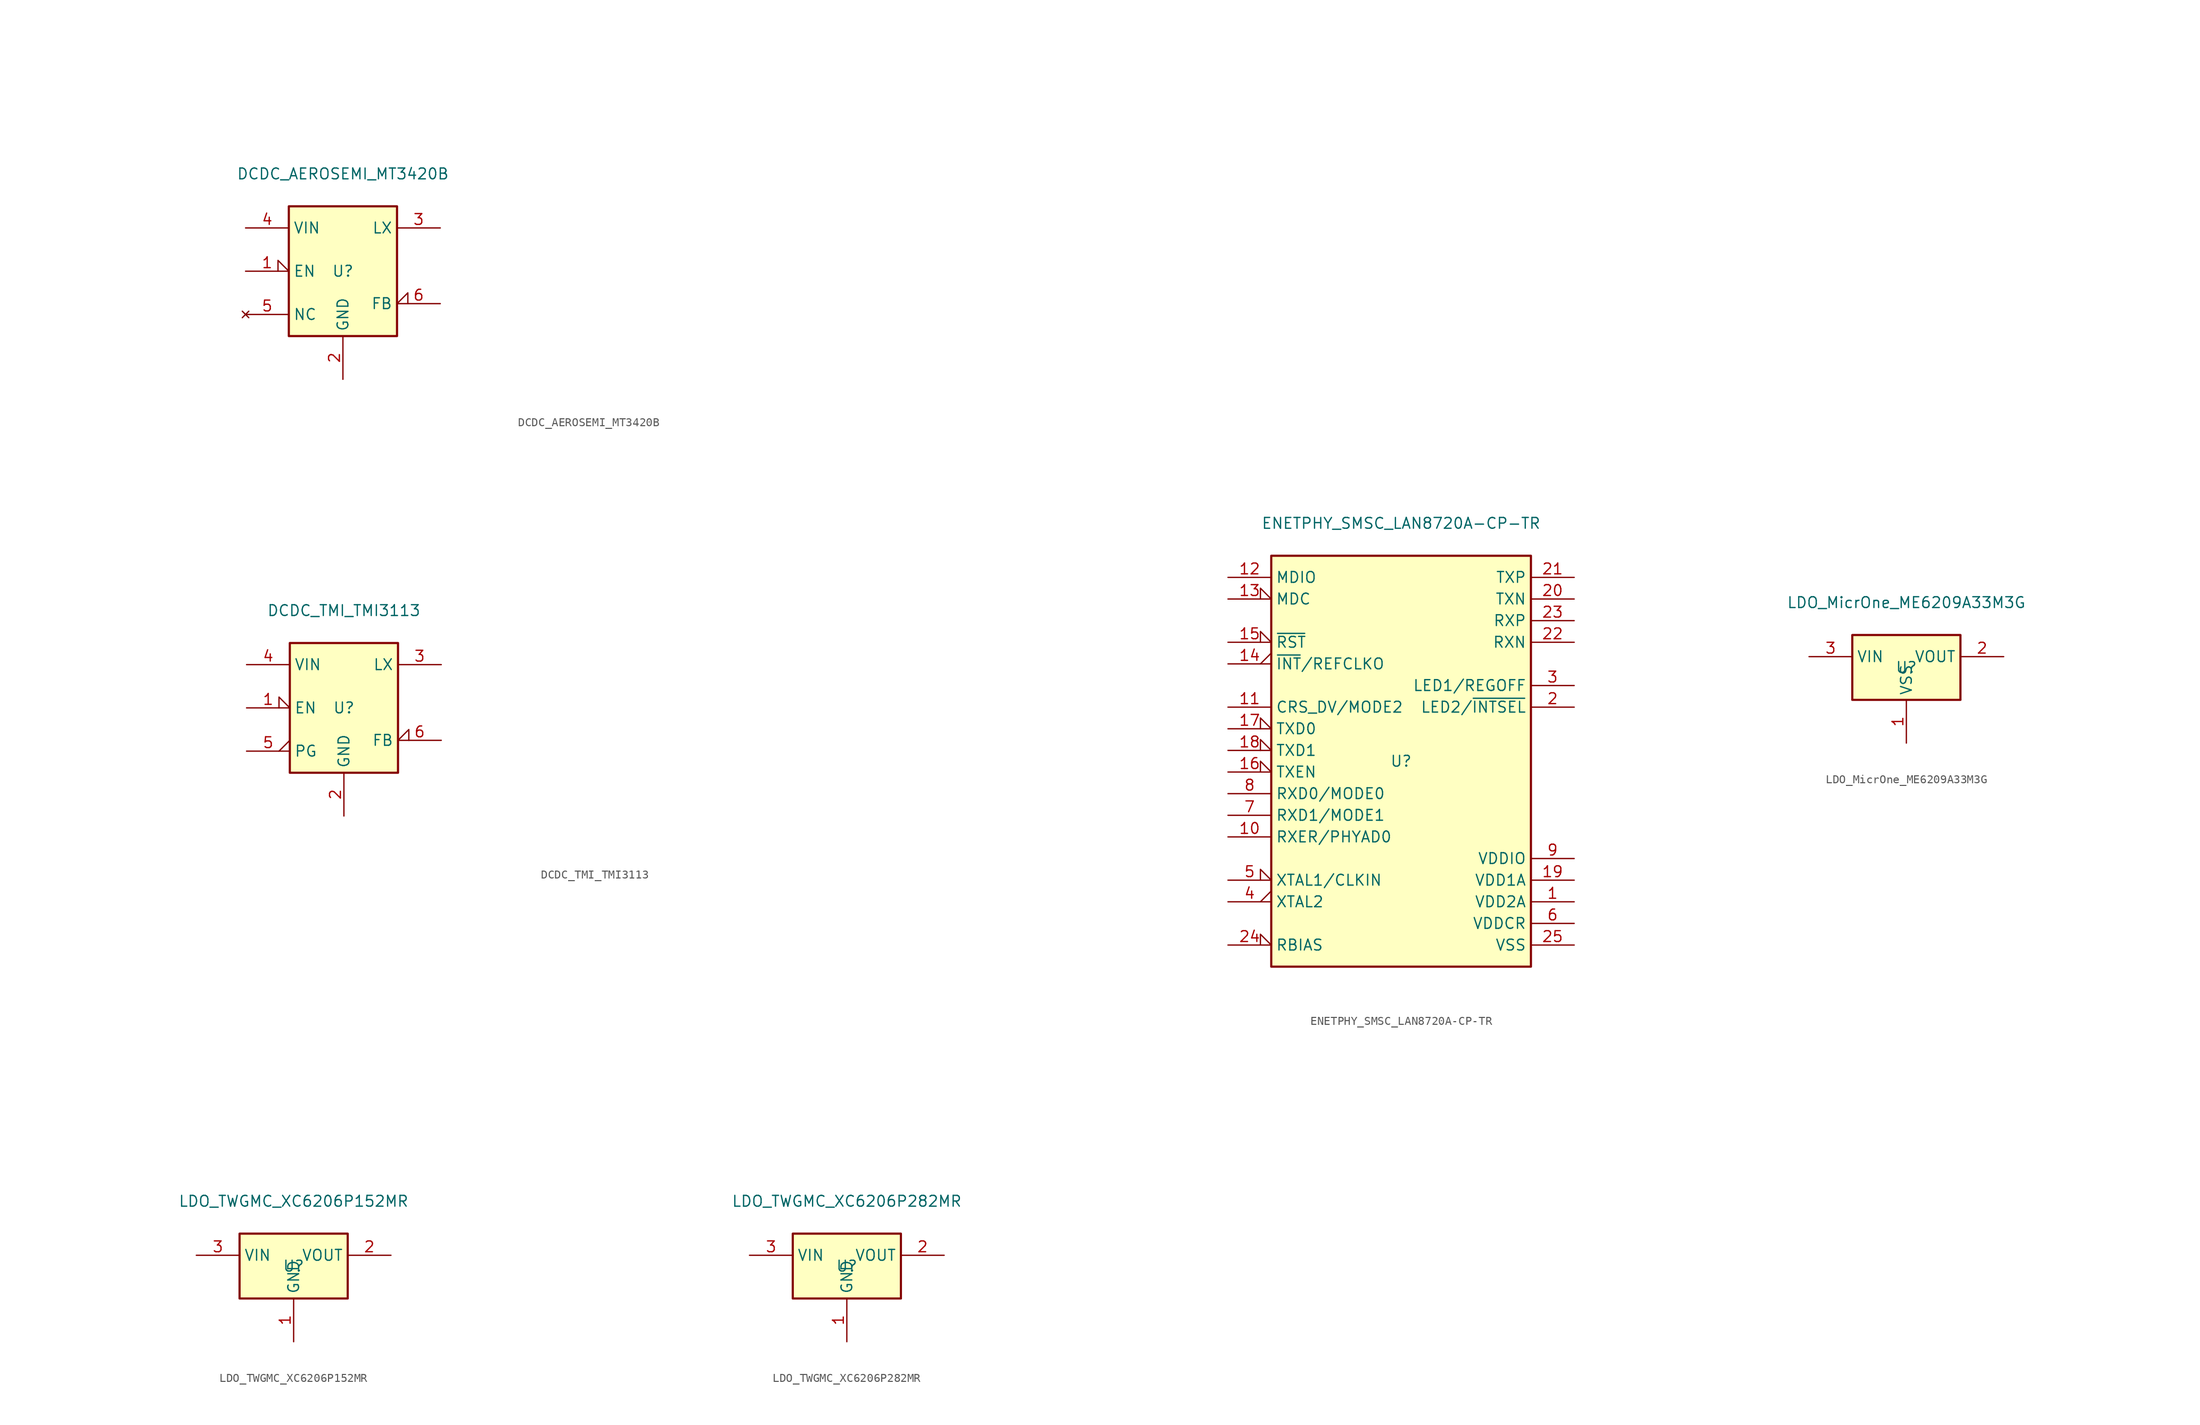
<source format=kicad_sym>
(kicad_symbol_lib
  (version 20231120)
  (generator "kicad_symbol_editor")
  (generator_version "8.0")
  (symbol "DCDC_AEROSEMI_MT3420B"
    (property "Reference" "U"
      (at 0 0 0)
      (effects (font (size 1.27 1.27))))
    (property "Value" "DCDC_AEROSEMI_MT3420B"
      (at 0 11.43 0)
      (effects (font (size 1.27 1.27))))
    (symbol "DCDC_AEROSEMI_MT3420B_1_0"
      (text_box private "MT3420B is a 1.5MHz constant frequency, current mode step-down converter. It can supply up to 2A output load current from a 2.3V to 6V input voltage. MT3420B offers two operation modes, PWM control and PFM." (at -25.4 24.13 0) (size 50.8 -11.43) (stroke (width 0) (type default)) (fill (type none)) (effects (font (size 1.27 1.27)) (justify left top))))
    (symbol "DCDC_AEROSEMI_MT3420B_1_1"
      (rectangle (start -6.35 7.62) (end 6.35 -7.62) (stroke (width 0.254) (type default)) (fill (type background)))
      (text private "EN:\n	Chip Enable Pin.\n	> 1.5V to turn on the chip. Do not leave EN floating." (at 25.4 -3.81 0) (effects (font (size 1.27 1.27)) (justify left)))
      (pin input input_low (at -11.43 0 0) (length 5.08) (name "EN" (effects (font (size 1.27 1.27)))) (number "1" (effects (font (size 1.27 1.27)))))
      (pin power_in line (at 0 -12.7 90) (length 5.08) (name "GND" (effects (font (size 1.27 1.27)))) (number "2" (effects (font (size 1.27 1.27)))))
      (pin power_out line (at 11.43 5.08 180) (length 5.08) (name "LX" (effects (font (size 1.27 1.27)))) (number "3" (effects (font (size 1.27 1.27)))))
      (pin power_in line (at -11.43 5.08 0) (length 5.08) (name "VIN" (effects (font (size 1.27 1.27)))) (number "4" (effects (font (size 1.27 1.27)))))
      (pin no_connect line (at -11.43 -5.08 0) (length 5.08) (name "NC" (effects (font (size 1.27 1.27)))) (number "5" (effects (font (size 1.27 1.27)))))
      (pin input input_low (at 11.43 -3.81 180) (length 5.08) (name "FB" (effects (font (size 1.27 1.27)))) (number "6" (effects (font (size 1.27 1.27)))))))
  (symbol "DCDC_TMI_TMI3113"
    (property "Reference" "U"
      (at 0 0 0)
      (effects (font (size 1.27 1.27))))
    (property "Value" "DCDC_TMI_TMI3113"
      (at 0 11.43 0)
      (effects (font (size 1.27 1.27))))
    (symbol "DCDC_TMI_TMI3113_1_0"
      (text_box private "TMI3113 is a 1.0MHz constant frequency, current mode step-down converter. It can supply up to 2.5A output load current from a 2.7V to 5.5V input voltage. TMI3113 offers two operation modes, PWM control and PFM." (at -25.4 24.13 0) (size 50.8 -11.43) (stroke (width 0) (type default)) (fill (type none)) (effects (font (size 1.27 1.27)) (justify left top))))
    (symbol "DCDC_TMI_TMI3113_1_1"
      (rectangle (start -6.35 7.62) (end 6.35 -7.62) (stroke (width 0.254) (type default)) (fill (type background)))
      (text private "EN:\n	Chip Enable Pin.\n	> 1.5V to turn on the chip. Do not leave EN floating.\nPG:\n	Power Good Indicator Pin.\n	Low if output voltage < 90% of the regulation voltage,\n	high otherwise." (at 25.4 -7.62 0) (effects (font (size 1.27 1.27)) (justify left)))
      (pin input input_low (at -11.43 0 0) (length 5.08) (name "EN" (effects (font (size 1.27 1.27)))) (number "1" (effects (font (size 1.27 1.27)))))
      (pin power_in line (at 0 -12.7 90) (length 5.08) (name "GND" (effects (font (size 1.27 1.27)))) (number "2" (effects (font (size 1.27 1.27)))))
      (pin power_out line (at 11.43 5.08 180) (length 5.08) (name "LX" (effects (font (size 1.27 1.27)))) (number "3" (effects (font (size 1.27 1.27)))))
      (pin power_in line (at -11.43 5.08 0) (length 5.08) (name "VIN" (effects (font (size 1.27 1.27)))) (number "4" (effects (font (size 1.27 1.27)))))
      (pin output output_low (at -11.43 -5.08 0) (length 5.08) (name "PG" (effects (font (size 1.27 1.27)))) (number "5" (effects (font (size 1.27 1.27)))))
      (pin input input_low (at 11.43 -3.81 180) (length 5.08) (name "FB" (effects (font (size 1.27 1.27)))) (number "6" (effects (font (size 1.27 1.27)))))))
  (symbol "ENETPHY_SMSC_LAN8720A-CP-TR"
    (property "Reference" "U"
      (at 0 0 0)
      (effects (font (size 1.27 1.27))))
    (property "Value" "ENETPHY_SMSC_LAN8720A-CP-TR"
      (at 0 27.94 0)
      (effects (font (size 1.27 1.27))))
    (symbol "ENETPHY_SMSC_LAN8720A-CP-TR_1_1"
      (rectangle (start -15.24 24.13) (end 15.24 -24.13) (stroke (width 0.254) (type default)) (fill (type background)))
      (pin power_in line (at 20.32 -16.51 180) (length 5.08) (name "VDD2A" (effects (font (size 1.27 1.27)))) (number "1" (effects (font (size 1.27 1.27)))))
      (pin bidirectional line (at -20.32 -8.89 0) (length 5.08) (name "RXER/PHYAD0" (effects (font (size 1.27 1.27)))) (number "10" (effects (font (size 1.27 1.27)))))
      (pin bidirectional line (at -20.32 6.35 0) (length 5.08) (name "CRS_DV/MODE2" (effects (font (size 1.27 1.27)))) (number "11" (effects (font (size 1.27 1.27)))))
      (pin bidirectional line (at -20.32 21.59 0) (length 5.08) (name "MDIO" (effects (font (size 1.27 1.27)))) (number "12" (effects (font (size 1.27 1.27)))))
      (pin input input_low (at -20.32 19.05 0) (length 5.08) (name "MDC" (effects (font (size 1.27 1.27)))) (number "13" (effects (font (size 1.27 1.27)))))
      (pin output output_low (at -20.32 11.43 0) (length 5.08) (name "~{INT}/REFCLKO" (effects (font (size 1.27 1.27)))) (number "14" (effects (font (size 1.27 1.27)))))
      (pin input input_low (at -20.32 13.97 0) (length 5.08) (name "~{RST}" (effects (font (size 1.27 1.27)))) (number "15" (effects (font (size 1.27 1.27)))))
      (pin input input_low (at -20.32 -1.27 0) (length 5.08) (name "TXEN" (effects (font (size 1.27 1.27)))) (number "16" (effects (font (size 1.27 1.27)))))
      (pin input input_low (at -20.32 3.81 0) (length 5.08) (name "TXD0" (effects (font (size 1.27 1.27)))) (number "17" (effects (font (size 1.27 1.27)))))
      (pin input input_low (at -20.32 1.27 0) (length 5.08) (name "TXD1" (effects (font (size 1.27 1.27)))) (number "18" (effects (font (size 1.27 1.27)))))
      (pin power_in line (at 20.32 -13.97 180) (length 5.08) (name "VDD1A" (effects (font (size 1.27 1.27)))) (number "19" (effects (font (size 1.27 1.27)))))
      (pin bidirectional line (at 20.32 6.35 180) (length 5.08) (name "LED2/~{INTSEL}" (effects (font (size 1.27 1.27)))) (number "2" (effects (font (size 1.27 1.27)))))
      (pin bidirectional line (at 20.32 19.05 180) (length 5.08) (name "TXN" (effects (font (size 1.27 1.27)))) (number "20" (effects (font (size 1.27 1.27)))))
      (pin bidirectional line (at 20.32 21.59 180) (length 5.08) (name "TXP" (effects (font (size 1.27 1.27)))) (number "21" (effects (font (size 1.27 1.27)))))
      (pin bidirectional line (at 20.32 13.97 180) (length 5.08) (name "RXN" (effects (font (size 1.27 1.27)))) (number "22" (effects (font (size 1.27 1.27)))))
      (pin bidirectional line (at 20.32 16.51 180) (length 5.08) (name "RXP" (effects (font (size 1.27 1.27)))) (number "23" (effects (font (size 1.27 1.27)))))
      (pin input input_low (at -20.32 -21.59 0) (length 5.08) (name "RBIAS" (effects (font (size 1.27 1.27)))) (number "24" (effects (font (size 1.27 1.27)))))
      (pin power_in line (at 20.32 -21.59 180) (length 5.08) (name "VSS" (effects (font (size 1.27 1.27)))) (number "25" (effects (font (size 1.27 1.27)))))
      (pin bidirectional line (at 20.32 8.89 180) (length 5.08) (name "LED1/REGOFF" (effects (font (size 1.27 1.27)))) (number "3" (effects (font (size 1.27 1.27)))))
      (pin output output_low (at -20.32 -16.51 0) (length 5.08) (name "XTAL2" (effects (font (size 1.27 1.27)))) (number "4" (effects (font (size 1.27 1.27)))))
      (pin input input_low (at -20.32 -13.97 0) (length 5.08) (name "XTAL1/CLKIN" (effects (font (size 1.27 1.27)))) (number "5" (effects (font (size 1.27 1.27)))))
      (pin power_out line (at 20.32 -19.05 180) (length 5.08) (name "VDDCR" (effects (font (size 1.27 1.27)))) (number "6" (effects (font (size 1.27 1.27)))))
      (pin bidirectional line (at -20.32 -6.35 0) (length 5.08) (name "RXD1/MODE1" (effects (font (size 1.27 1.27)))) (number "7" (effects (font (size 1.27 1.27)))))
      (pin bidirectional line (at -20.32 -3.81 0) (length 5.08) (name "RXD0/MODE0" (effects (font (size 1.27 1.27)))) (number "8" (effects (font (size 1.27 1.27)))))
      (pin power_in line (at 20.32 -11.43 180) (length 5.08) (name "VDDIO" (effects (font (size 1.27 1.27)))) (number "9" (effects (font (size 1.27 1.27)))))))
  (symbol "LDO_MicrOne_ME6209A33M3G"
    (property "Reference" "U"
      (at 0 0 0)
      (effects (font (size 1.27 1.27))))
    (property "Value" "LDO_MicrOne_ME6209A33M3G"
      (at 0 7.62 0)
      (effects (font (size 1.27 1.27))))
    (symbol "LDO_MicrOne_ME6209A33M3G_0_0"
      (text_box private "ME6209 is a low power consumption LDO.\n\n33: Output voltage 3.3V.\nM3: SOT23-3 package.\nG: Lead free." (at -25.4 20.32 0) (size 50.8 -11.43) (stroke (width 0) (type default)) (fill (type none)) (effects (font (size 1.27 1.27)) (justify left top))))
    (symbol "LDO_MicrOne_ME6209A33M3G_1_1"
      (rectangle (start -6.35 3.81) (end 6.35 -3.81) (stroke (width 0.254) (type default)) (fill (type background)))
      (pin power_in line (at 0 -8.89 90) (length 5.08) (name "VSS" (effects (font (size 1.27 1.27)))) (number "1" (effects (font (size 1.27 1.27)))))
      (pin power_out line (at 11.43 1.27 180) (length 5.08) (name "VOUT" (effects (font (size 1.27 1.27)))) (number "2" (effects (font (size 1.27 1.27)))))
      (pin power_in line (at -11.43 1.27 0) (length 5.08) (name "VIN" (effects (font (size 1.27 1.27)))) (number "3" (effects (font (size 1.27 1.27)))))))
  (symbol "LDO_TWGMC_XC6206P152MR"
    (property "Reference" "U"
      (at 0 0 0)
      (effects (font (size 1.27 1.27))))
    (property "Value" "LDO_TWGMC_XC6206P152MR"
      (at 0 7.62 0)
      (effects (font (size 1.27 1.27))))
    (symbol "LDO_TWGMC_XC6206P152MR_1_0"
      (text_box private "XC6206P is a low power consumption LDO.\n\n15: Output voltage 1.5V.\n2: Output accuracy 2%.\nMR: SOT23 package." (at -25.4 20.32 0) (size 50.8 -11.43) (stroke (width 0) (type default)) (fill (type none)) (effects (font (size 1.27 1.27)) (justify left top))))
    (symbol "LDO_TWGMC_XC6206P152MR_1_1"
      (rectangle (start -6.35 3.81) (end 6.35 -3.81) (stroke (width 0.254) (type default)) (fill (type background)))
      (pin power_in line (at 0 -8.89 90) (length 5.08) (name "GND" (effects (font (size 1.27 1.27)))) (number "1" (effects (font (size 1.27 1.27)))))
      (pin power_out line (at 11.43 1.27 180) (length 5.08) (name "VOUT" (effects (font (size 1.27 1.27)))) (number "2" (effects (font (size 1.27 1.27)))))
      (pin power_in line (at -11.43 1.27 0) (length 5.08) (name "VIN" (effects (font (size 1.27 1.27)))) (number "3" (effects (font (size 1.27 1.27)))))))
  (symbol "LDO_TWGMC_XC6206P282MR"
    (property "Reference" "U"
      (at 0 0 0)
      (effects (font (size 1.27 1.27))))
    (property "Value" "LDO_TWGMC_XC6206P282MR"
      (at 0 7.62 0)
      (effects (font (size 1.27 1.27))))
    (symbol "LDO_TWGMC_XC6206P282MR_1_0"
      (text_box private "XC6206P is a low power consumption LDO.\n\n28: Output voltage 2.8V.\n2: Output accuracy 2%.\nMR: SOT23 package." (at -25.4 20.32 0) (size 50.8 -11.43) (stroke (width 0) (type default)) (fill (type none)) (effects (font (size 1.27 1.27)) (justify left top))))
    (symbol "LDO_TWGMC_XC6206P282MR_1_1"
      (rectangle (start -6.35 3.81) (end 6.35 -3.81) (stroke (width 0.254) (type default)) (fill (type background)))
      (pin power_in line (at 0 -8.89 90) (length 5.08) (name "GND" (effects (font (size 1.27 1.27)))) (number "1" (effects (font (size 1.27 1.27)))))
      (pin power_out line (at 11.43 1.27 180) (length 5.08) (name "VOUT" (effects (font (size 1.27 1.27)))) (number "2" (effects (font (size 1.27 1.27)))))
      (pin power_in line (at -11.43 1.27 0) (length 5.08) (name "VIN" (effects (font (size 1.27 1.27)))) (number "3" (effects (font (size 1.27 1.27))))))))
</source>
